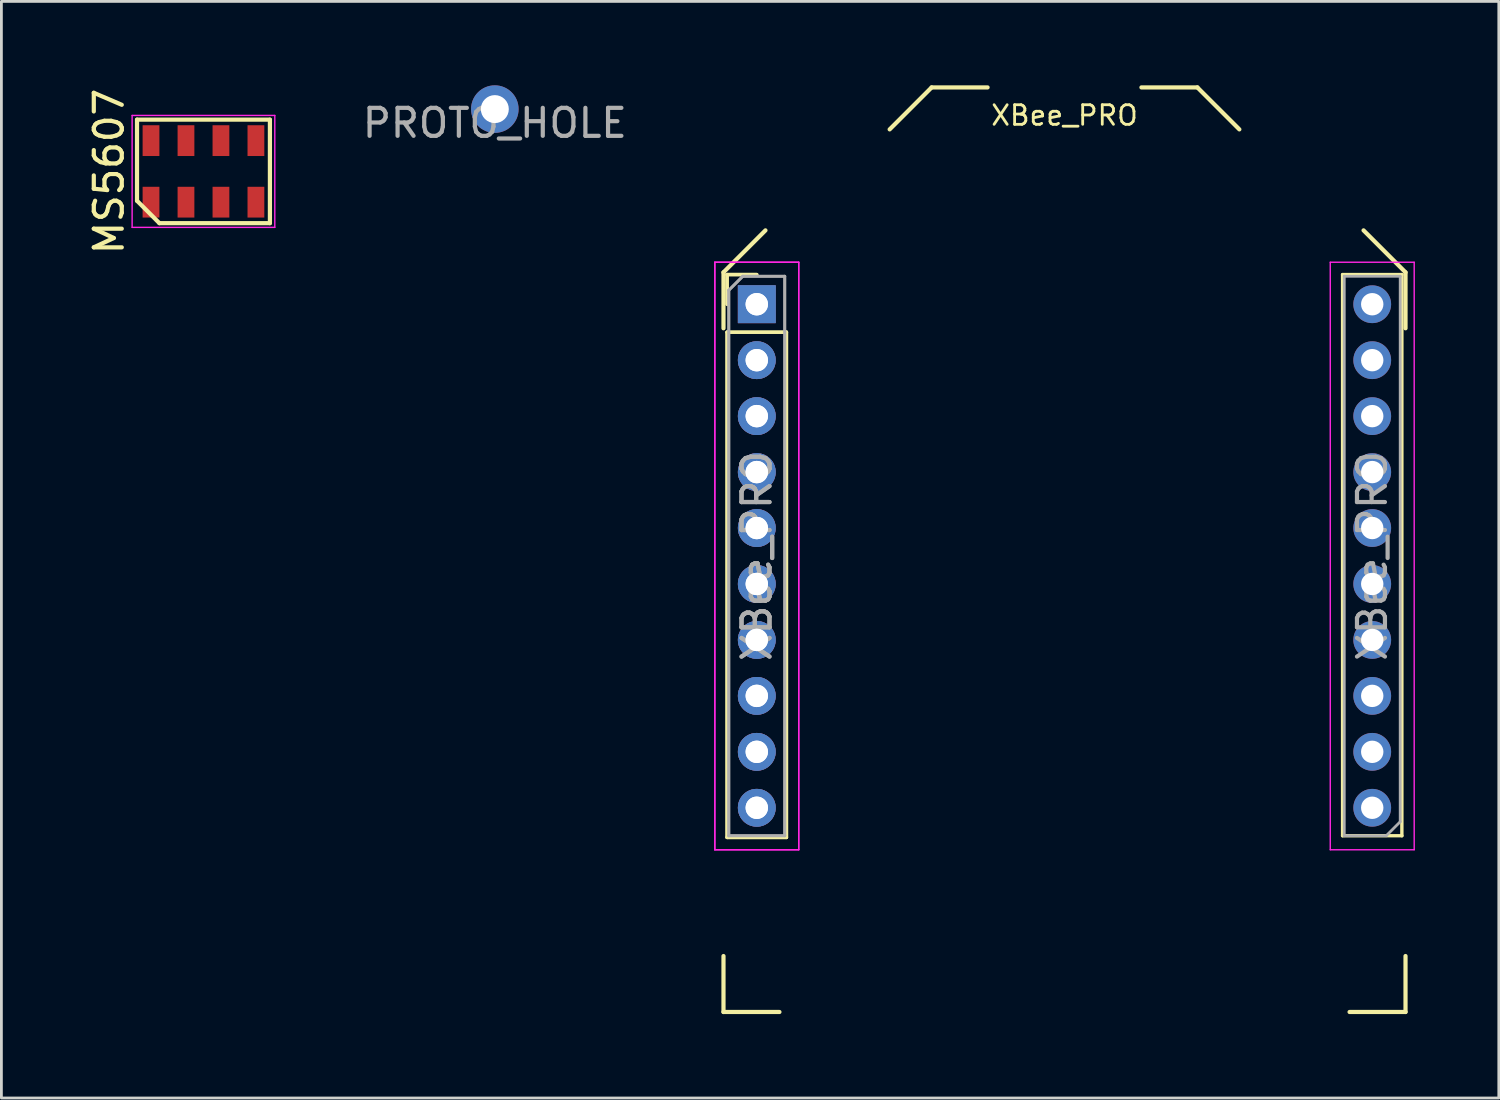
<source format=kicad_pcb>
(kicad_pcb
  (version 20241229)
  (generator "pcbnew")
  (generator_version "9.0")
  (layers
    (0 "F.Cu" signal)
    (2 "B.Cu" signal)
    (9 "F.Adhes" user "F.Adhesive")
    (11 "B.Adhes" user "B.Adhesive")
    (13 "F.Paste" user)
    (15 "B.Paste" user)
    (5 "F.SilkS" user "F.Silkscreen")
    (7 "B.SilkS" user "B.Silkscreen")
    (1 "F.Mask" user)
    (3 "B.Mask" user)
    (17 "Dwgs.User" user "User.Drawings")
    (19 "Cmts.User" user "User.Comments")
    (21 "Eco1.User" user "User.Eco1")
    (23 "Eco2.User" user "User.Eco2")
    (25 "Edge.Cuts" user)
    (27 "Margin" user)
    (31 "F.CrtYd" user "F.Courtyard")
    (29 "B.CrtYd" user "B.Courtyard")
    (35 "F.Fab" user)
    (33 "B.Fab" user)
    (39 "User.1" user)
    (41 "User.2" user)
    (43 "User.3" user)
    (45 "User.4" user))
  (footprint "MS5607"
    (layer "F.Cu")
    (at 4.223 3.077)
    (property "Reference" "MS5607" (at -3.375 0 90) (layer "F.SilkS") (effects (font (size 1 1) (thickness 0.15))))
    (attr smd)
    (fp_line (start -2.375 -1.85) (end 2.375 -1.85) (stroke (width 0.15) (type solid)) (layer "F.SilkS"))
    (fp_line (start -2.375 1.05) (end -2.375 -1.85) (stroke (width 0.15) (type solid)) (layer "F.SilkS"))
    (fp_line (start -1.575 1.85) (end -2.375 1.05) (stroke (width 0.15) (type solid)) (layer "F.SilkS"))
    (fp_line (start 2.375 -1.85) (end 2.375 1.85) (stroke (width 0.15) (type solid)) (layer "F.SilkS"))
    (fp_line (start 2.375 1.85) (end -1.575 1.85) (stroke (width 0.15) (type solid)) (layer "F.SilkS"))
    (fp_line (start -2.55 -2) (end 2.55 -2) (stroke (width 0.05) (type solid)) (layer "F.CrtYd"))
    (fp_line (start -2.55 2) (end -2.55 -2) (stroke (width 0.05) (type solid)) (layer "F.CrtYd"))
    (fp_line (start 2.55 -2) (end 2.55 2) (stroke (width 0.05) (type solid)) (layer "F.CrtYd"))
    (fp_line (start 2.55 2) (end -2.55 2) (stroke (width 0.05) (type solid)) (layer "F.CrtYd"))
    (pad "1" smd rect (at -1.875 1.1) (size 0.6 1.1) (layers "F.Cu" "F.Mask" "F.Paste"))
    (pad "2" smd rect (at -0.625 1.1) (size 0.6 1.1) (layers "F.Cu" "F.Mask" "F.Paste"))
    (pad "3" smd rect (at 0.625 1.1) (size 0.6 1.1) (layers "F.Cu" "F.Mask" "F.Paste"))
    (pad "4" smd rect (at 1.875 1.1) (size 0.6 1.1) (layers "F.Cu" "F.Mask" "F.Paste"))
    (pad "5" smd rect (at 1.875 -1.1) (size 0.6 1.1) (layers "F.Cu" "F.Mask" "F.Paste"))
    (pad "6" smd rect (at 0.625 -1.1) (size 0.6 1.1) (layers "F.Cu" "F.Mask" "F.Paste"))
    (pad "7" smd rect (at -0.625 -1.1) (size 0.6 1.1) (layers "F.Cu" "F.Mask" "F.Paste"))
    (pad "8" smd rect (at -1.875 -1.1) (size 0.6 1.1) (layers "F.Cu" "F.Mask" "F.Paste")))
  (footprint "XBee_PRO"
    (layer "F.Cu")
    (at 35.002 7.825)
    (property "Reference" "XBee_PRO" (at 0 -6.75 0) (layer "F.SilkS") (effects (font (size 0.7 0.7) (thickness 0.1))))
    (attr through_hole)
    (fp_line (start -12.19 -1.14) (end -12.19 0.86) (stroke (width 0.15) (type solid)) (layer "F.SilkS"))
    (fp_line (start -12.19 -1.14) (end -10.69 -2.64) (stroke (width 0.15) (type solid)) (layer "F.SilkS"))
    (fp_line (start -12.19 25.3) (end -12.19 23.3) (stroke (width 0.15) (type solid)) (layer "F.SilkS"))
    (fp_line (start -12.19 25.3) (end -10.19 25.3) (stroke (width 0.15) (type solid)) (layer "F.SilkS"))
    (fp_line (start -12.06 -1.06) (end -11 -1.06) (stroke (width 0.12) (type solid)) (layer "F.SilkS"))
    (fp_line (start -12.06 -1.06) (end -11 -1.06) (stroke (width 0.12) (type solid)) (layer "F.SilkS"))
    (fp_line (start -12.06 0) (end -12.06 -1.06) (stroke (width 0.12) (type solid)) (layer "F.SilkS"))
    (fp_line (start -12.06 0) (end -12.06 -1.06) (stroke (width 0.12) (type solid)) (layer "F.SilkS"))
    (fp_line (start -12.06 1) (end -12.06 19.06) (stroke (width 0.12) (type solid)) (layer "F.SilkS"))
    (fp_line (start -12.06 1) (end -12.06 19.06) (stroke (width 0.12) (type solid)) (layer "F.SilkS"))
    (fp_line (start -12.06 1) (end -9.94 1) (stroke (width 0.12) (type solid)) (layer "F.SilkS"))
    (fp_line (start -12.06 1) (end -9.94 1) (stroke (width 0.12) (type solid)) (layer "F.SilkS"))
    (fp_line (start -12.06 19.06) (end -9.94 19.06) (stroke (width 0.12) (type solid)) (layer "F.SilkS"))
    (fp_line (start -12.06 19.06) (end -9.94 19.06) (stroke (width 0.12) (type solid)) (layer "F.SilkS"))
    (fp_line (start -9.94 1) (end -9.94 19.06) (stroke (width 0.12) (type solid)) (layer "F.SilkS"))
    (fp_line (start -9.94 1) (end -9.94 19.06) (stroke (width 0.12) (type solid)) (layer "F.SilkS"))
    (fp_line (start -4.75 -7.75) (end -6.25 -6.25) (stroke (width 0.15) (type solid)) (layer "F.SilkS"))
    (fp_line (start -4.75 -7.75) (end -2.75 -7.75) (stroke (width 0.15) (type solid)) (layer "F.SilkS"))
    (fp_line (start 4.75 -7.75) (end 2.75 -7.75) (stroke (width 0.15) (type solid)) (layer "F.SilkS"))
    (fp_line (start 4.75 -7.75) (end 6.25 -6.25) (stroke (width 0.15) (type solid)) (layer "F.SilkS"))
    (fp_line (start 9.94 19) (end 9.94 -1.06) (stroke (width 0.12) (type solid)) (layer "F.SilkS"))
    (fp_line (start 12.06 -1.06) (end 9.94 -1.06) (stroke (width 0.12) (type solid)) (layer "F.SilkS"))
    (fp_line (start 12.06 19) (end 9.94 19) (stroke (width 0.12) (type solid)) (layer "F.SilkS"))
    (fp_line (start 12.06 19) (end 12.06 -1.06) (stroke (width 0.12) (type solid)) (layer "F.SilkS"))
    (fp_line (start 12.19 -1.14) (end 10.69 -2.64) (stroke (width 0.15) (type solid)) (layer "F.SilkS"))
    (fp_line (start 12.19 -1.14) (end 12.19 0.86) (stroke (width 0.15) (type solid)) (layer "F.SilkS"))
    (fp_line (start 12.19 23.3) (end 12.19 25.3) (stroke (width 0.15) (type solid)) (layer "F.SilkS"))
    (fp_line (start 12.19 25.3) (end 10.19 25.3) (stroke (width 0.15) (type solid)) (layer "F.SilkS"))
    (fp_line (start -12.5 -1.5) (end -12.5 19.5) (stroke (width 0.05) (type solid)) (layer "F.CrtYd"))
    (fp_line (start -12.5 -1.5) (end -12.5 19.5) (stroke (width 0.05) (type solid)) (layer "F.CrtYd"))
    (fp_line (start -12.5 19.5) (end -9.5 19.5) (stroke (width 0.05) (type solid)) (layer "F.CrtYd"))
    (fp_line (start -12.5 19.5) (end -9.5 19.5) (stroke (width 0.05) (type solid)) (layer "F.CrtYd"))
    (fp_line (start -9.5 -1.5) (end -12.5 -1.5) (stroke (width 0.05) (type solid)) (layer "F.CrtYd"))
    (fp_line (start -9.5 -1.5) (end -12.5 -1.5) (stroke (width 0.05) (type solid)) (layer "F.CrtYd"))
    (fp_line (start -9.5 19.5) (end -9.5 -1.5) (stroke (width 0.05) (type solid)) (layer "F.CrtYd"))
    (fp_line (start -9.5 19.5) (end -9.5 -1.5) (stroke (width 0.05) (type solid)) (layer "F.CrtYd"))
    (fp_line (start 9.5 -1.5) (end 9.5 19.5) (stroke (width 0.05) (type solid)) (layer "F.CrtYd"))
    (fp_line (start 9.5 19.5) (end 12.5 19.5) (stroke (width 0.05) (type solid)) (layer "F.CrtYd"))
    (fp_line (start 12.5 -1.5) (end 9.5 -1.5) (stroke (width 0.05) (type solid)) (layer "F.CrtYd"))
    (fp_line (start 12.5 19.5) (end 12.5 -1.5) (stroke (width 0.05) (type solid)) (layer "F.CrtYd"))
    (fp_line (start -12 -0.5) (end -11.5 -1) (stroke (width 0.1) (type solid)) (layer "F.Fab"))
    (fp_line (start -12 -0.5) (end -11.5 -1) (stroke (width 0.1) (type solid)) (layer "F.Fab"))
    (fp_line (start -12 19) (end -12 -0.5) (stroke (width 0.1) (type solid)) (layer "F.Fab"))
    (fp_line (start -12 19) (end -12 -0.5) (stroke (width 0.1) (type solid)) (layer "F.Fab"))
    (fp_line (start -11.5 -1) (end -10 -1) (stroke (width 0.1) (type solid)) (layer "F.Fab"))
    (fp_line (start -11.5 -1) (end -10 -1) (stroke (width 0.1) (type solid)) (layer "F.Fab"))
    (fp_line (start -10 -1) (end -10 19) (stroke (width 0.1) (type solid)) (layer "F.Fab"))
    (fp_line (start -10 -1) (end -10 19) (stroke (width 0.1) (type solid)) (layer "F.Fab"))
    (fp_line (start -10 19) (end -12 19) (stroke (width 0.1) (type solid)) (layer "F.Fab"))
    (fp_line (start -10 19) (end -12 19) (stroke (width 0.1) (type solid)) (layer "F.Fab"))
    (fp_line (start 10 -1) (end 12 -1) (stroke (width 0.1) (type solid)) (layer "F.Fab"))
    (fp_line (start 10 19) (end 10 -1) (stroke (width 0.1) (type solid)) (layer "F.Fab"))
    (fp_line (start 11.5 19) (end 10 19) (stroke (width 0.1) (type solid)) (layer "F.Fab"))
    (fp_line (start 12 -1) (end 12 18.5) (stroke (width 0.1) (type solid)) (layer "F.Fab"))
    (fp_line (start 12 18.5) (end 11.5 19) (stroke (width 0.1) (type solid)) (layer "F.Fab"))
    (fp_text user "${REFERENCE}" (at 11 9 270) (layer "F.Fab") (effects (font (size 1 1) (thickness 0.15))))
    (fp_text user "${REFERENCE}" (at -11 9 90) (layer "F.Fab") (effects (font (size 1 1) (thickness 0.15))))
    (fp_text user "${REFERENCE}" (at -11 9 90) (layer "F.Fab") (effects (font (size 1 1) (thickness 0.15))))
    (pad "1" thru_hole rect (at -11 0) (size 1.35 1.35) (drill 0.8) (layers "*.Cu" "*.Mask"))
    (pad "1" thru_hole rect (at -11 0) (size 1.35 1.35) (drill 0.8) (layers "*.Cu" "*.Mask"))
    (pad "2" thru_hole oval (at -11 2) (size 1.35 1.35) (drill 0.8) (layers "*.Cu" "*.Mask"))
    (pad "2" thru_hole oval (at -11 2) (size 1.35 1.35) (drill 0.8) (layers "*.Cu" "*.Mask"))
    (pad "3" thru_hole oval (at -11 4) (size 1.35 1.35) (drill 0.8) (layers "*.Cu" "*.Mask"))
    (pad "3" thru_hole oval (at -11 4) (size 1.35 1.35) (drill 0.8) (layers "*.Cu" "*.Mask"))
    (pad "4" thru_hole oval (at -11 6) (size 1.35 1.35) (drill 0.8) (layers "*.Cu" "*.Mask"))
    (pad "4" thru_hole oval (at -11 6) (size 1.35 1.35) (drill 0.8) (layers "*.Cu" "*.Mask"))
    (pad "5" thru_hole oval (at -11 8) (size 1.35 1.35) (drill 0.8) (layers "*.Cu" "*.Mask"))
    (pad "5" thru_hole oval (at -11 8) (size 1.35 1.35) (drill 0.8) (layers "*.Cu" "*.Mask"))
    (pad "6" thru_hole oval (at -11 10) (size 1.35 1.35) (drill 0.8) (layers "*.Cu" "*.Mask"))
    (pad "6" thru_hole oval (at -11 10) (size 1.35 1.35) (drill 0.8) (layers "*.Cu" "*.Mask"))
    (pad "7" thru_hole oval (at -11 12) (size 1.35 1.35) (drill 0.8) (layers "*.Cu" "*.Mask"))
    (pad "7" thru_hole oval (at -11 12) (size 1.35 1.35) (drill 0.8) (layers "*.Cu" "*.Mask"))
    (pad "8" thru_hole oval (at -11 14) (size 1.35 1.35) (drill 0.8) (layers "*.Cu" "*.Mask"))
    (pad "8" thru_hole oval (at -11 14) (size 1.35 1.35) (drill 0.8) (layers "*.Cu" "*.Mask"))
    (pad "9" thru_hole oval (at -11 16) (size 1.35 1.35) (drill 0.8) (layers "*.Cu" "*.Mask"))
    (pad "9" thru_hole oval (at -11 16) (size 1.35 1.35) (drill 0.8) (layers "*.Cu" "*.Mask"))
    (pad "10" thru_hole oval (at -11 18) (size 1.35 1.35) (drill 0.8) (layers "*.Cu" "*.Mask"))
    (pad "10" thru_hole oval (at -11 18) (size 1.35 1.35) (drill 0.8) (layers "*.Cu" "*.Mask"))
    (pad "11" thru_hole circle (at 11 18 180) (size 1.35 1.35) (drill 0.8) (layers "*.Cu" "*.Mask"))
    (pad "12" thru_hole oval (at 11 16 180) (size 1.35 1.35) (drill 0.8) (layers "*.Cu" "*.Mask"))
    (pad "13" thru_hole oval (at 11 14 180) (size 1.35 1.35) (drill 0.8) (layers "*.Cu" "*.Mask"))
    (pad "14" thru_hole oval (at 11 12 180) (size 1.35 1.35) (drill 0.8) (layers "*.Cu" "*.Mask"))
    (pad "15" thru_hole oval (at 11 10 180) (size 1.35 1.35) (drill 0.8) (layers "*.Cu" "*.Mask"))
    (pad "16" thru_hole oval (at 11 8 180) (size 1.35 1.35) (drill 0.8) (layers "*.Cu" "*.Mask"))
    (pad "17" thru_hole oval (at 11 6 180) (size 1.35 1.35) (drill 0.8) (layers "*.Cu" "*.Mask"))
    (pad "18" thru_hole oval (at 11 4 180) (size 1.35 1.35) (drill 0.8) (layers "*.Cu" "*.Mask"))
    (pad "19" thru_hole oval (at 11 2 180) (size 1.35 1.35) (drill 0.8) (layers "*.Cu" "*.Mask"))
    (pad "20" thru_hole oval (at 11 0 180) (size 1.35 1.35) (drill 0.8) (layers "*.Cu" "*.Mask")))
  (footprint "PROTO_HOLE"
    (layer "F.Cu")
    (at 14.638 0.85)
    (property "Reference" "PROTO_HOLE" (at 0 0.5 0) (layer "F.Fab") (effects (font (size 1 1) (thickness 0.15))))
    (attr through_hole)
    (pad "" thru_hole circle (at 0 0) (size 1.7 1.7) (drill 1) (layers "*.Cu" "*.Mask")))
  (gr_rect
    (start -3 -3)
    (end 50.527 36.2)
    (stroke (width 0.1) (type default))
    (fill no)
    (layer "Edge.Cuts")))
</source>
